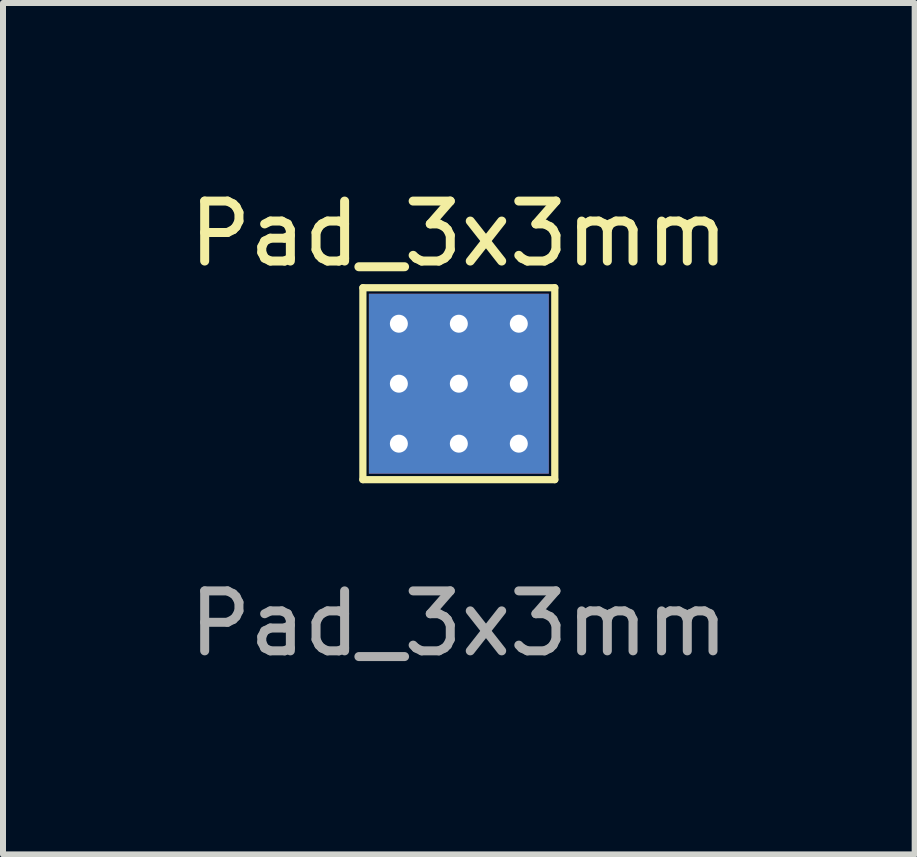
<source format=kicad_pcb>
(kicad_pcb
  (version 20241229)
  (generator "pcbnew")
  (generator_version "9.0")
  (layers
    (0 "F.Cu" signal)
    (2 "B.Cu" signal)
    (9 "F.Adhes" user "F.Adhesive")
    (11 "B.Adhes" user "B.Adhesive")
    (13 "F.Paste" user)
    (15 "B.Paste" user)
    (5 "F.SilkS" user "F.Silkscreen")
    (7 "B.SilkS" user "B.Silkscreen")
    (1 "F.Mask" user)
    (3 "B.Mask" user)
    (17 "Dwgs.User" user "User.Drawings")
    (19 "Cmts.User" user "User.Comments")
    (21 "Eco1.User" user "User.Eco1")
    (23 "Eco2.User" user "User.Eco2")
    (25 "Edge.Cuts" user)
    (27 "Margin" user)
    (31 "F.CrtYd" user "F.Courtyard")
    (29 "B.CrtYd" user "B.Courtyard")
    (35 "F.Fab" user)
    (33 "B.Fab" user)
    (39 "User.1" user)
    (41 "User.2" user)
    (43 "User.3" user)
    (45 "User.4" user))
  (footprint "Pad_3x3mm"
    (layer "F.Cu")
    (at 4.601 3.348)
    (property "Reference" "Pad_3x3mm" (at 0 -2.5 0) (unlocked yes) (layer "F.SilkS") (effects (font (size 1 1) (thickness 0.15))))
    (fp_line (start -1.6 -1.6) (end 1.6 -1.6) (stroke (width 0.12) (type solid)) (layer "F.SilkS"))
    (fp_line (start -1.6 1.6) (end -1.6 -1.6) (stroke (width 0.12) (type solid)) (layer "F.SilkS"))
    (fp_line (start 1.6 -1.6) (end 1.6 1.6) (stroke (width 0.12) (type solid)) (layer "F.SilkS"))
    (fp_line (start 1.6 1.6) (end -1.6 1.6) (stroke (width 0.12) (type solid)) (layer "F.SilkS"))
    (fp_text user "${REFERENCE}" (at 0 4 0) (unlocked yes) (layer "F.Fab") (effects (font (size 1 1) (thickness 0.15))))
    (pad "1" thru_hole circle (at -1 -1) (size 0.6 0.6) (drill 0.3) (layers "*.Cu" "*.Mask"))
    (pad "1" thru_hole circle (at -1 0) (size 0.6 0.6) (drill 0.3) (layers "*.Cu" "*.Mask"))
    (pad "1" thru_hole circle (at -1 1) (size 0.6 0.6) (drill 0.3) (layers "*.Cu" "*.Mask"))
    (pad "1" thru_hole circle (at 0 -1) (size 0.6 0.6) (drill 0.3) (layers "*.Cu" "*.Mask"))
    (pad "1" thru_hole circle (at 0 0) (size 0.6 0.6) (drill 0.3) (layers "*.Cu" "*.Mask"))
    (pad "1" smd rect (at 0 0) (size 3 3) (layers "F.Cu" "F.Mask"))
    (pad "1" smd rect (at 0 0) (size 3 3) (layers "B.Cu"))
    (pad "1" thru_hole circle (at 0 1) (size 0.6 0.6) (drill 0.3) (layers "*.Cu" "*.Mask"))
    (pad "1" thru_hole circle (at 1 -1) (size 0.6 0.6) (drill 0.3) (layers "*.Cu" "*.Mask"))
    (pad "1" thru_hole circle (at 1 0) (size 0.6 0.6) (drill 0.3) (layers "*.Cu" "*.Mask"))
    (pad "1" thru_hole circle (at 1 1) (size 0.6 0.6) (drill 0.3) (layers "*.Cu" "*.Mask")))
  (gr_rect
    (start -3 -3)
    (end 12.202 11.197)
    (stroke (width 0.1) (type default))
    (fill no)
    (layer "Edge.Cuts")))
</source>
